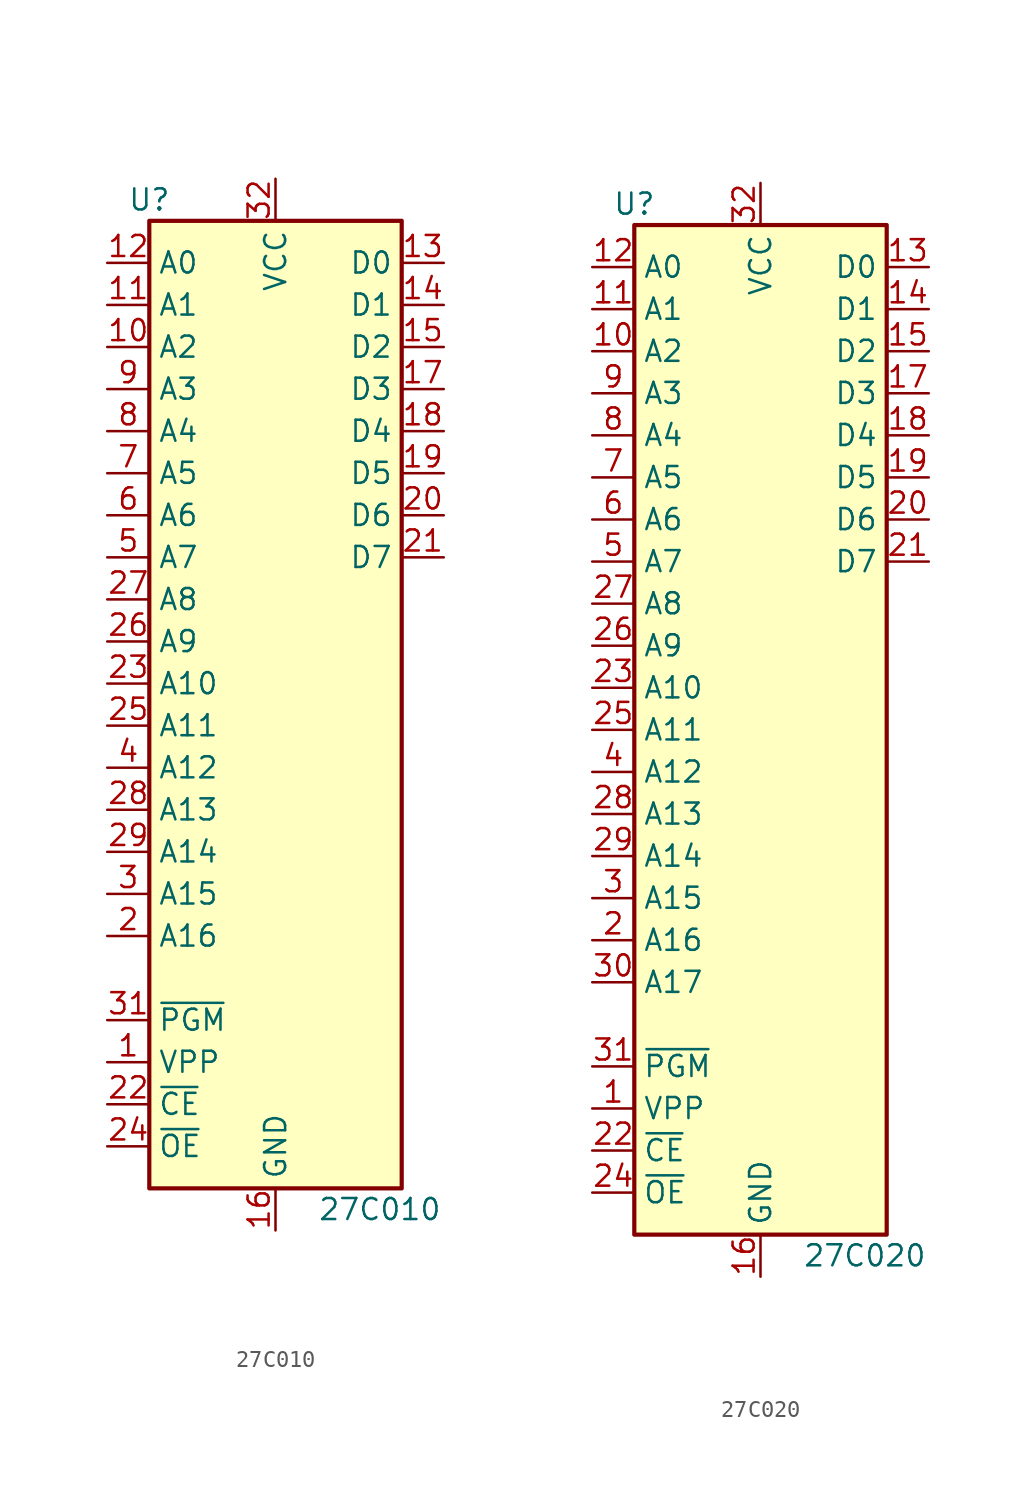
<source format=kicad_sym>
(kicad_symbol_lib
  (version 20211014)
  (generator kicad_symbol_editor)
  (symbol "27C010"
    (property "Reference" "U"
      (at -7.62 29.21 0)
      (effects (font (size 1.27 1.27))))
    (property "Value" "27C010"
      (at 2.54 -31.75 0)
      (effects (font (size 1.27 1.27)) (justify left)))
    (symbol "27C010_1_1"
      (rectangle (start -7.62 27.94) (end 7.62 -30.48) (stroke (width 0.254) (type default) (color 0 0 0 0)) (fill (type background)))
      (pin input line (at -10.16 -22.86 0) (length 2.54) (name "VPP" (effects (font (size 1.27 1.27)))) (number "1" (effects (font (size 1.27 1.27)))))
      (pin input line (at -10.16 20.32 0) (length 2.54) (name "A2" (effects (font (size 1.27 1.27)))) (number "10" (effects (font (size 1.27 1.27)))))
      (pin input line (at -10.16 22.86 0) (length 2.54) (name "A1" (effects (font (size 1.27 1.27)))) (number "11" (effects (font (size 1.27 1.27)))))
      (pin input line (at -10.16 25.4 0) (length 2.54) (name "A0" (effects (font (size 1.27 1.27)))) (number "12" (effects (font (size 1.27 1.27)))))
      (pin tri_state line (at 10.16 25.4 180) (length 2.54) (name "D0" (effects (font (size 1.27 1.27)))) (number "13" (effects (font (size 1.27 1.27)))))
      (pin tri_state line (at 10.16 22.86 180) (length 2.54) (name "D1" (effects (font (size 1.27 1.27)))) (number "14" (effects (font (size 1.27 1.27)))))
      (pin tri_state line (at 10.16 20.32 180) (length 2.54) (name "D2" (effects (font (size 1.27 1.27)))) (number "15" (effects (font (size 1.27 1.27)))))
      (pin power_in line (at 0 -33.02 90) (length 2.54) (name "GND" (effects (font (size 1.27 1.27)))) (number "16" (effects (font (size 1.27 1.27)))))
      (pin tri_state line (at 10.16 17.78 180) (length 2.54) (name "D3" (effects (font (size 1.27 1.27)))) (number "17" (effects (font (size 1.27 1.27)))))
      (pin tri_state line (at 10.16 15.24 180) (length 2.54) (name "D4" (effects (font (size 1.27 1.27)))) (number "18" (effects (font (size 1.27 1.27)))))
      (pin tri_state line (at 10.16 12.7 180) (length 2.54) (name "D5" (effects (font (size 1.27 1.27)))) (number "19" (effects (font (size 1.27 1.27)))))
      (pin input line (at -10.16 -15.24 0) (length 2.54) (name "A16" (effects (font (size 1.27 1.27)))) (number "2" (effects (font (size 1.27 1.27)))))
      (pin tri_state line (at 10.16 10.16 180) (length 2.54) (name "D6" (effects (font (size 1.27 1.27)))) (number "20" (effects (font (size 1.27 1.27)))))
      (pin tri_state line (at 10.16 7.62 180) (length 2.54) (name "D7" (effects (font (size 1.27 1.27)))) (number "21" (effects (font (size 1.27 1.27)))))
      (pin input line (at -10.16 -25.4 0) (length 2.54) (name "~{CE}" (effects (font (size 1.27 1.27)))) (number "22" (effects (font (size 1.27 1.27)))))
      (pin input line (at -10.16 0 0) (length 2.54) (name "A10" (effects (font (size 1.27 1.27)))) (number "23" (effects (font (size 1.27 1.27)))))
      (pin input line (at -10.16 -27.94 0) (length 2.54) (name "~{OE}" (effects (font (size 1.27 1.27)))) (number "24" (effects (font (size 1.27 1.27)))))
      (pin input line (at -10.16 -2.54 0) (length 2.54) (name "A11" (effects (font (size 1.27 1.27)))) (number "25" (effects (font (size 1.27 1.27)))))
      (pin input line (at -10.16 2.54 0) (length 2.54) (name "A9" (effects (font (size 1.27 1.27)))) (number "26" (effects (font (size 1.27 1.27)))))
      (pin input line (at -10.16 5.08 0) (length 2.54) (name "A8" (effects (font (size 1.27 1.27)))) (number "27" (effects (font (size 1.27 1.27)))))
      (pin input line (at -10.16 -7.62 0) (length 2.54) (name "A13" (effects (font (size 1.27 1.27)))) (number "28" (effects (font (size 1.27 1.27)))))
      (pin input line (at -10.16 -10.16 0) (length 2.54) (name "A14" (effects (font (size 1.27 1.27)))) (number "29" (effects (font (size 1.27 1.27)))))
      (pin input line (at -10.16 -12.7 0) (length 2.54) (name "A15" (effects (font (size 1.27 1.27)))) (number "3" (effects (font (size 1.27 1.27)))))
      (pin input line (at -10.16 -20.32 0) (length 2.54) (name "~{PGM}" (effects (font (size 1.27 1.27)))) (number "31" (effects (font (size 1.27 1.27)))))
      (pin power_in line (at 0 30.48 270) (length 2.54) (name "VCC" (effects (font (size 1.27 1.27)))) (number "32" (effects (font (size 1.27 1.27)))))
      (pin input line (at -10.16 -5.08 0) (length 2.54) (name "A12" (effects (font (size 1.27 1.27)))) (number "4" (effects (font (size 1.27 1.27)))))
      (pin input line (at -10.16 7.62 0) (length 2.54) (name "A7" (effects (font (size 1.27 1.27)))) (number "5" (effects (font (size 1.27 1.27)))))
      (pin input line (at -10.16 10.16 0) (length 2.54) (name "A6" (effects (font (size 1.27 1.27)))) (number "6" (effects (font (size 1.27 1.27)))))
      (pin input line (at -10.16 12.7 0) (length 2.54) (name "A5" (effects (font (size 1.27 1.27)))) (number "7" (effects (font (size 1.27 1.27)))))
      (pin input line (at -10.16 15.24 0) (length 2.54) (name "A4" (effects (font (size 1.27 1.27)))) (number "8" (effects (font (size 1.27 1.27)))))
      (pin input line (at -10.16 17.78 0) (length 2.54) (name "A3" (effects (font (size 1.27 1.27)))) (number "9" (effects (font (size 1.27 1.27)))))))
  (symbol "27C020"
    (property "Reference" "U"
      (at -7.62 31.75 0)
      (effects (font (size 1.27 1.27))))
    (property "Value" "27C020"
      (at 2.54 -31.75 0)
      (effects (font (size 1.27 1.27)) (justify left)))
    (symbol "27C020_1_1"
      (rectangle (start -7.62 30.48) (end 7.62 -30.48) (stroke (width 0.254) (type default) (color 0 0 0 0)) (fill (type background)))
      (pin input line (at -10.16 -22.86 0) (length 2.54) (name "VPP" (effects (font (size 1.27 1.27)))) (number "1" (effects (font (size 1.27 1.27)))))
      (pin input line (at -10.16 22.86 0) (length 2.54) (name "A2" (effects (font (size 1.27 1.27)))) (number "10" (effects (font (size 1.27 1.27)))))
      (pin input line (at -10.16 25.4 0) (length 2.54) (name "A1" (effects (font (size 1.27 1.27)))) (number "11" (effects (font (size 1.27 1.27)))))
      (pin input line (at -10.16 27.94 0) (length 2.54) (name "A0" (effects (font (size 1.27 1.27)))) (number "12" (effects (font (size 1.27 1.27)))))
      (pin tri_state line (at 10.16 27.94 180) (length 2.54) (name "D0" (effects (font (size 1.27 1.27)))) (number "13" (effects (font (size 1.27 1.27)))))
      (pin tri_state line (at 10.16 25.4 180) (length 2.54) (name "D1" (effects (font (size 1.27 1.27)))) (number "14" (effects (font (size 1.27 1.27)))))
      (pin tri_state line (at 10.16 22.86 180) (length 2.54) (name "D2" (effects (font (size 1.27 1.27)))) (number "15" (effects (font (size 1.27 1.27)))))
      (pin power_in line (at 0 -33.02 90) (length 2.54) (name "GND" (effects (font (size 1.27 1.27)))) (number "16" (effects (font (size 1.27 1.27)))))
      (pin tri_state line (at 10.16 20.32 180) (length 2.54) (name "D3" (effects (font (size 1.27 1.27)))) (number "17" (effects (font (size 1.27 1.27)))))
      (pin tri_state line (at 10.16 17.78 180) (length 2.54) (name "D4" (effects (font (size 1.27 1.27)))) (number "18" (effects (font (size 1.27 1.27)))))
      (pin tri_state line (at 10.16 15.24 180) (length 2.54) (name "D5" (effects (font (size 1.27 1.27)))) (number "19" (effects (font (size 1.27 1.27)))))
      (pin input line (at -10.16 -12.7 0) (length 2.54) (name "A16" (effects (font (size 1.27 1.27)))) (number "2" (effects (font (size 1.27 1.27)))))
      (pin tri_state line (at 10.16 12.7 180) (length 2.54) (name "D6" (effects (font (size 1.27 1.27)))) (number "20" (effects (font (size 1.27 1.27)))))
      (pin tri_state line (at 10.16 10.16 180) (length 2.54) (name "D7" (effects (font (size 1.27 1.27)))) (number "21" (effects (font (size 1.27 1.27)))))
      (pin input line (at -10.16 -25.4 0) (length 2.54) (name "~{CE}" (effects (font (size 1.27 1.27)))) (number "22" (effects (font (size 1.27 1.27)))))
      (pin input line (at -10.16 2.54 0) (length 2.54) (name "A10" (effects (font (size 1.27 1.27)))) (number "23" (effects (font (size 1.27 1.27)))))
      (pin input line (at -10.16 -27.94 0) (length 2.54) (name "~{OE}" (effects (font (size 1.27 1.27)))) (number "24" (effects (font (size 1.27 1.27)))))
      (pin input line (at -10.16 0 0) (length 2.54) (name "A11" (effects (font (size 1.27 1.27)))) (number "25" (effects (font (size 1.27 1.27)))))
      (pin input line (at -10.16 5.08 0) (length 2.54) (name "A9" (effects (font (size 1.27 1.27)))) (number "26" (effects (font (size 1.27 1.27)))))
      (pin input line (at -10.16 7.62 0) (length 2.54) (name "A8" (effects (font (size 1.27 1.27)))) (number "27" (effects (font (size 1.27 1.27)))))
      (pin input line (at -10.16 -5.08 0) (length 2.54) (name "A13" (effects (font (size 1.27 1.27)))) (number "28" (effects (font (size 1.27 1.27)))))
      (pin input line (at -10.16 -7.62 0) (length 2.54) (name "A14" (effects (font (size 1.27 1.27)))) (number "29" (effects (font (size 1.27 1.27)))))
      (pin input line (at -10.16 -10.16 0) (length 2.54) (name "A15" (effects (font (size 1.27 1.27)))) (number "3" (effects (font (size 1.27 1.27)))))
      (pin input line (at -10.16 -15.24 0) (length 2.54) (name "A17" (effects (font (size 1.27 1.27)))) (number "30" (effects (font (size 1.27 1.27)))))
      (pin input line (at -10.16 -20.32 0) (length 2.54) (name "~{PGM}" (effects (font (size 1.27 1.27)))) (number "31" (effects (font (size 1.27 1.27)))))
      (pin power_in line (at 0 33.02 270) (length 2.54) (name "VCC" (effects (font (size 1.27 1.27)))) (number "32" (effects (font (size 1.27 1.27)))))
      (pin input line (at -10.16 -2.54 0) (length 2.54) (name "A12" (effects (font (size 1.27 1.27)))) (number "4" (effects (font (size 1.27 1.27)))))
      (pin input line (at -10.16 10.16 0) (length 2.54) (name "A7" (effects (font (size 1.27 1.27)))) (number "5" (effects (font (size 1.27 1.27)))))
      (pin input line (at -10.16 12.7 0) (length 2.54) (name "A6" (effects (font (size 1.27 1.27)))) (number "6" (effects (font (size 1.27 1.27)))))
      (pin input line (at -10.16 15.24 0) (length 2.54) (name "A5" (effects (font (size 1.27 1.27)))) (number "7" (effects (font (size 1.27 1.27)))))
      (pin input line (at -10.16 17.78 0) (length 2.54) (name "A4" (effects (font (size 1.27 1.27)))) (number "8" (effects (font (size 1.27 1.27)))))
      (pin input line (at -10.16 20.32 0) (length 2.54) (name "A3" (effects (font (size 1.27 1.27)))) (number "9" (effects (font (size 1.27 1.27))))))))
</source>
